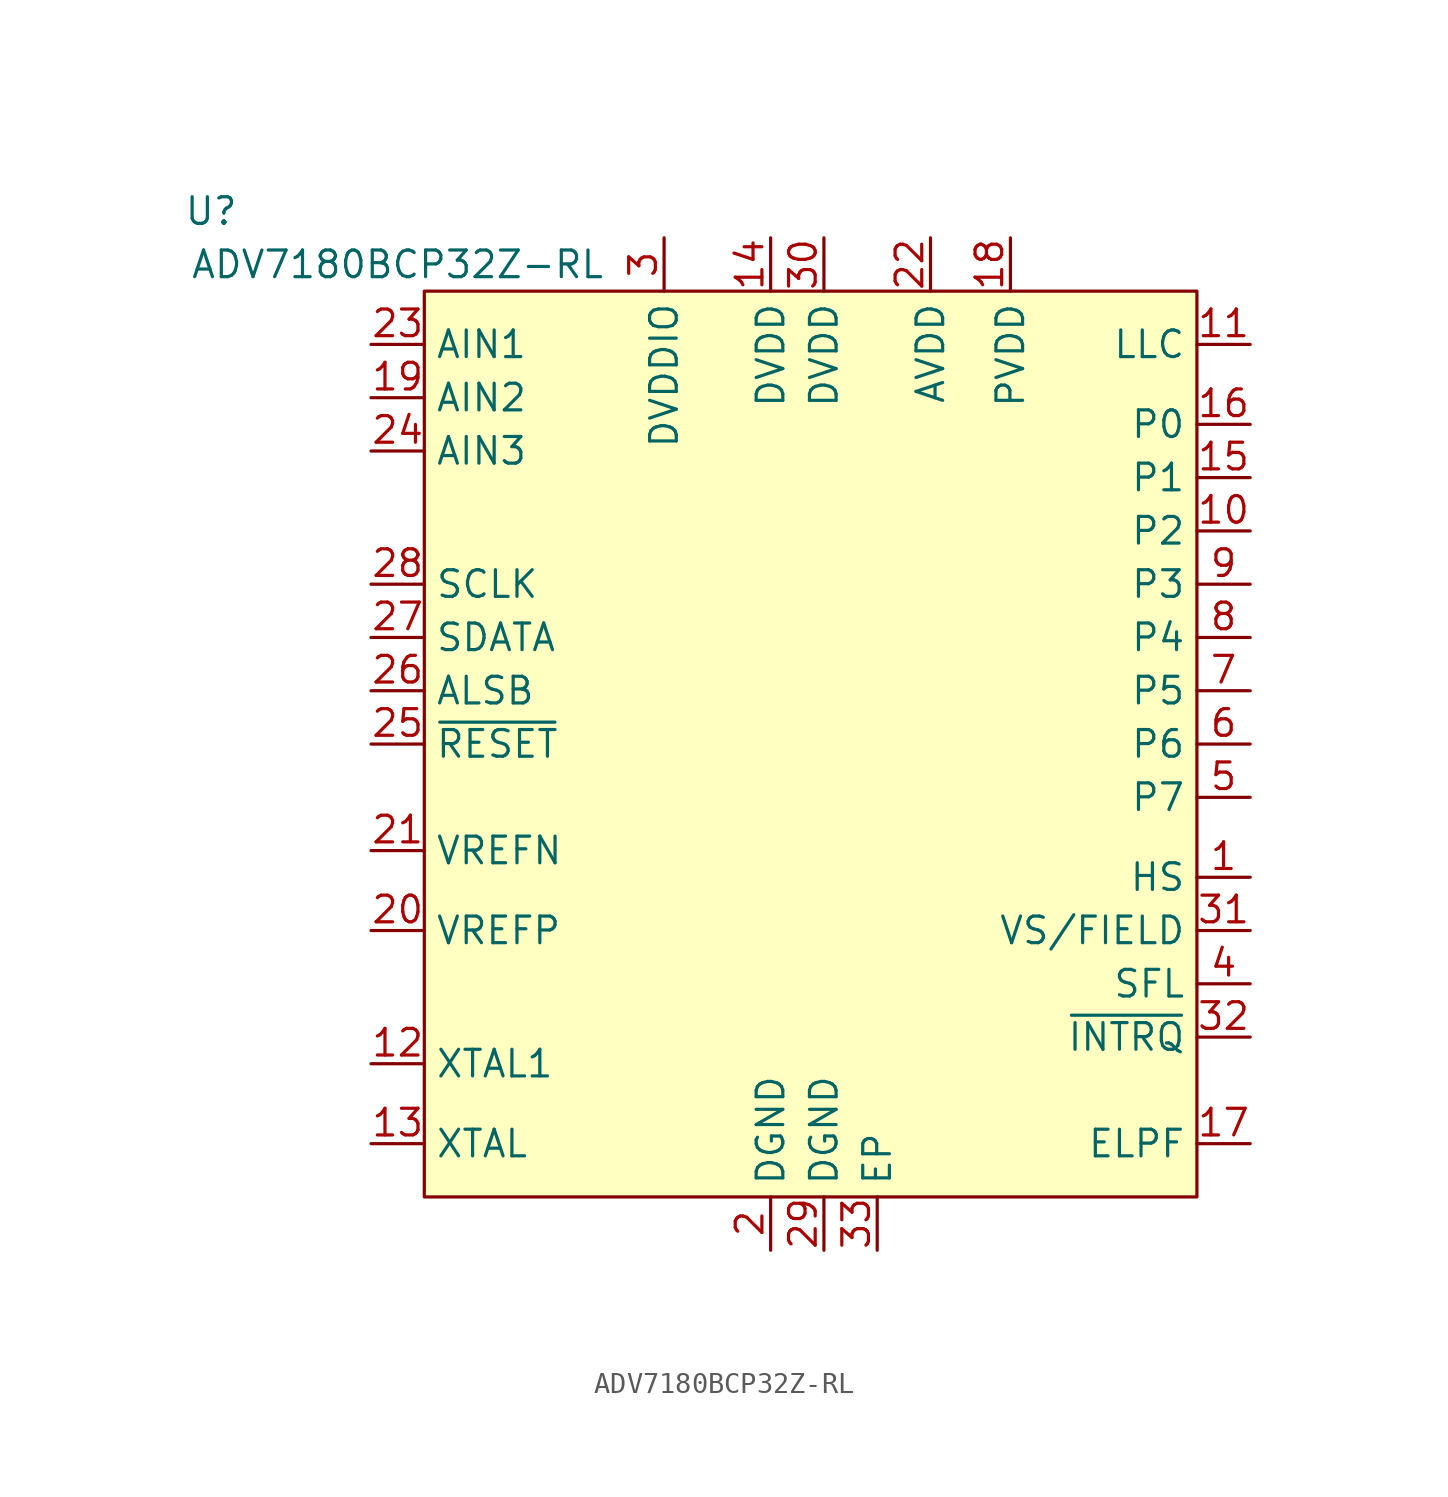
<source format=kicad_sym>
(kicad_symbol_lib
  (version 20241209)
  (generator "kicad_symbol_editor")
  (generator_version "9.0")
  (symbol "ADV7180BCP32Z-RL"
    (property "Reference" "U"
      (at -29.21 26.67 0)
      (effects (font (size 1.27 1.27))))
    (property "Value" "ADV7180BCP32Z-RL"
      (at -20.32 24.13 0)
      (effects (font (size 1.27 1.27))))
    (symbol "ADV7180BCP32Z-RL_0_1"
      (rectangle (start -19.05 22.86) (end 17.78 -20.32) (stroke (width 0) (type default)) (fill (type background)))
      (pin unspecified line (at -21.59 8.89 0) (length 2.54) (name "SCLK" (effects (font (size 1.27 1.27)))) (number "28" (effects (font (size 1.27 1.27)))))
      (pin unspecified line (at -21.59 6.35 0) (length 2.54) (name "SDATA" (effects (font (size 1.27 1.27)))) (number "27" (effects (font (size 1.27 1.27)))))
      (pin unspecified line (at -21.59 3.81 0) (length 2.54) (name "ALSB" (effects (font (size 1.27 1.27)))) (number "26" (effects (font (size 1.27 1.27)))))
      (pin unspecified line (at -21.59 1.27 0) (length 2.54) (name "~{RESET}" (effects (font (size 1.27 1.27)))) (number "25" (effects (font (size 1.27 1.27)))))
      (pin unspecified line (at -21.59 -3.81 0) (length 2.54) (name "VREFN" (effects (font (size 1.27 1.27)))) (number "21" (effects (font (size 1.27 1.27)))))
      (pin unspecified line (at -21.59 -7.62 0) (length 2.54) (name "VREFP" (effects (font (size 1.27 1.27)))) (number "20" (effects (font (size 1.27 1.27)))))
      (pin unspecified line (at -21.59 -13.97 0) (length 2.54) (name "XTAL1" (effects (font (size 1.27 1.27)))) (number "12" (effects (font (size 1.27 1.27)))))
      (pin unspecified line (at -21.59 -17.78 0) (length 2.54) (name "XTAL" (effects (font (size 1.27 1.27)))) (number "13" (effects (font (size 1.27 1.27)))))
      (pin unspecified line (at -7.62 25.4 270) (length 2.54) (name "DVDDIO" (effects (font (size 1.27 1.27)))) (number "3" (effects (font (size 1.27 1.27)))))
      (pin unspecified line (at -2.54 25.4 270) (length 2.54) (name "DVDD" (effects (font (size 1.27 1.27)))) (number "14" (effects (font (size 1.27 1.27)))))
      (pin unspecified line (at -2.54 -22.86 90) (length 2.54) (name "DGND" (effects (font (size 1.27 1.27)))) (number "2" (effects (font (size 1.27 1.27)))))
      (pin unspecified line (at 0 25.4 270) (length 2.54) (name "DVDD" (effects (font (size 1.27 1.27)))) (number "30" (effects (font (size 1.27 1.27)))))
      (pin unspecified line (at 0 -22.86 90) (length 2.54) (name "DGND" (effects (font (size 1.27 1.27)))) (number "29" (effects (font (size 1.27 1.27)))))
      (pin unspecified line (at 2.54 -22.86 90) (length 2.54) (name "EP" (effects (font (size 1.27 1.27)))) (number "33" (effects (font (size 1.27 1.27)))))
      (pin unspecified line (at 5.08 25.4 270) (length 2.54) (name "AVDD" (effects (font (size 1.27 1.27)))) (number "22" (effects (font (size 1.27 1.27)))))
      (pin unspecified line (at 8.89 25.4 270) (length 2.54) (name "PVDD" (effects (font (size 1.27 1.27)))) (number "18" (effects (font (size 1.27 1.27)))))
      (pin unspecified line (at 20.32 20.32 180) (length 2.54) (name "LLC" (effects (font (size 1.27 1.27)))) (number "11" (effects (font (size 1.27 1.27)))))
      (pin unspecified line (at 20.32 16.51 180) (length 2.54) (name "P0" (effects (font (size 1.27 1.27)))) (number "16" (effects (font (size 1.27 1.27)))))
      (pin unspecified line (at 20.32 13.97 180) (length 2.54) (name "P1" (effects (font (size 1.27 1.27)))) (number "15" (effects (font (size 1.27 1.27)))))
      (pin unspecified line (at 20.32 11.43 180) (length 2.54) (name "P2" (effects (font (size 1.27 1.27)))) (number "10" (effects (font (size 1.27 1.27)))))
      (pin unspecified line (at 20.32 8.89 180) (length 2.54) (name "P3" (effects (font (size 1.27 1.27)))) (number "9" (effects (font (size 1.27 1.27)))))
      (pin unspecified line (at 20.32 6.35 180) (length 2.54) (name "P4" (effects (font (size 1.27 1.27)))) (number "8" (effects (font (size 1.27 1.27)))))
      (pin unspecified line (at 20.32 3.81 180) (length 2.54) (name "P5" (effects (font (size 1.27 1.27)))) (number "7" (effects (font (size 1.27 1.27)))))
      (pin unspecified line (at 20.32 1.27 180) (length 2.54) (name "P6" (effects (font (size 1.27 1.27)))) (number "6" (effects (font (size 1.27 1.27)))))
      (pin unspecified line (at 20.32 -1.27 180) (length 2.54) (name "P7" (effects (font (size 1.27 1.27)))) (number "5" (effects (font (size 1.27 1.27)))))
      (pin unspecified line (at 20.32 -5.08 180) (length 2.54) (name "HS" (effects (font (size 1.27 1.27)))) (number "1" (effects (font (size 1.27 1.27)))))
      (pin unspecified line (at 20.32 -7.62 180) (length 2.54) (name "VS/FIELD" (effects (font (size 1.27 1.27)))) (number "31" (effects (font (size 1.27 1.27)))))
      (pin unspecified line (at 20.32 -10.16 180) (length 2.54) (name "SFL" (effects (font (size 1.27 1.27)))) (number "4" (effects (font (size 1.27 1.27)))))
      (pin unspecified line (at 20.32 -12.7 180) (length 2.54) (name "~{INTRQ}" (effects (font (size 1.27 1.27)))) (number "32" (effects (font (size 1.27 1.27)))))
      (pin unspecified line (at 20.32 -17.78 180) (length 2.54) (name "ELPF" (effects (font (size 1.27 1.27)))) (number "17" (effects (font (size 1.27 1.27))))))
    (symbol "ADV7180BCP32Z-RL_1_1"
      (pin unspecified line (at -21.59 20.32 0) (length 2.54) (name "AIN1" (effects (font (size 1.27 1.27)))) (number "23" (effects (font (size 1.27 1.27)))))
      (pin unspecified line (at -21.59 17.78 0) (length 2.54) (name "AIN2" (effects (font (size 1.27 1.27)))) (number "19" (effects (font (size 1.27 1.27)))))
      (pin unspecified line (at -21.59 15.24 0) (length 2.54) (name "AIN3" (effects (font (size 1.27 1.27)))) (number "24" (effects (font (size 1.27 1.27))))))))
</source>
